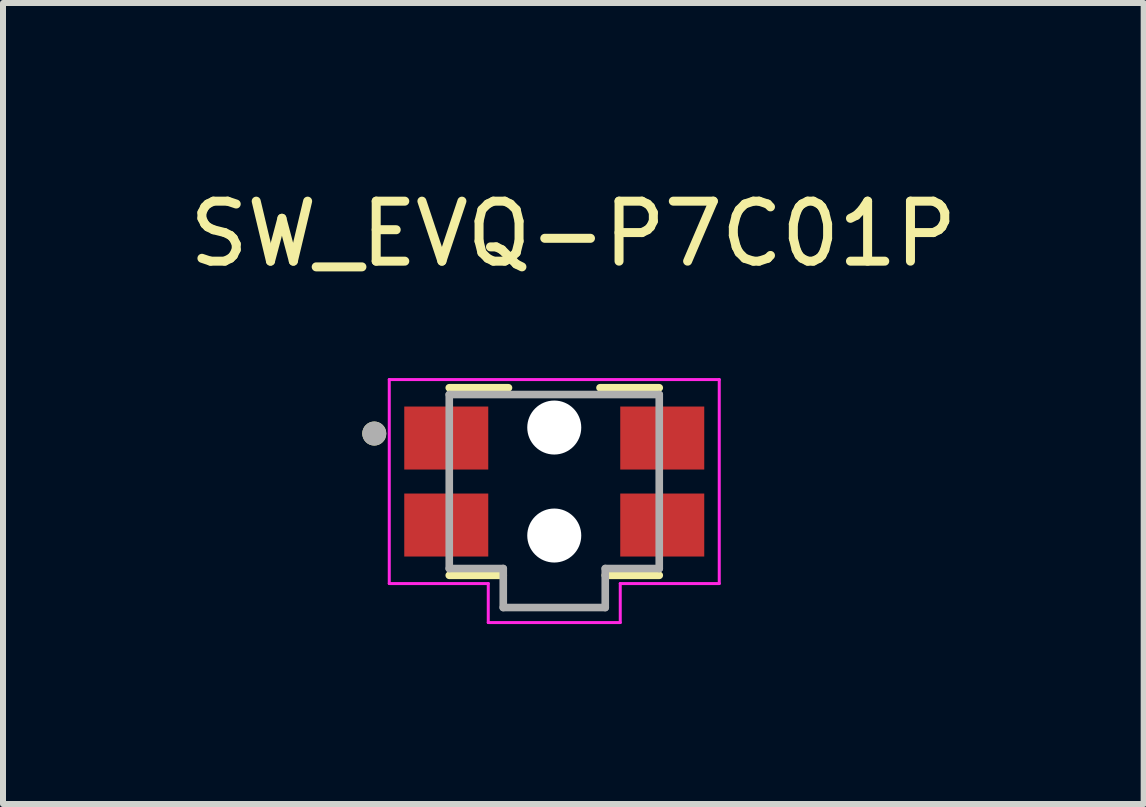
<source format=kicad_pcb>
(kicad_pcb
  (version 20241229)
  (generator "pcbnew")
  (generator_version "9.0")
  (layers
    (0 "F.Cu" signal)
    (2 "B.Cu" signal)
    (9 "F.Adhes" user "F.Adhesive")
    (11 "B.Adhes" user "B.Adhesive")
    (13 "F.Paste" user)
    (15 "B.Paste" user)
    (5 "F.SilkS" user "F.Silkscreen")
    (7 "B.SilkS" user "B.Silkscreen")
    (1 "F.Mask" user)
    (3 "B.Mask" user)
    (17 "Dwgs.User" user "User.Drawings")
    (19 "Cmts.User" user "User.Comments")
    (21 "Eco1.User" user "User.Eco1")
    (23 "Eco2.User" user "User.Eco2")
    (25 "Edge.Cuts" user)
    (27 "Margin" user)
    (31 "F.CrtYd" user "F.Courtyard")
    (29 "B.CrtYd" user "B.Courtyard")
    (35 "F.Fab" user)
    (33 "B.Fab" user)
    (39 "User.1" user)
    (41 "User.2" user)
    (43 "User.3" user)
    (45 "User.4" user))
  (footprint "SW_EVQ-P7C01P"
    (layer "F.Cu")
    (at 6.188 4.976)
    (property "Reference" "SW_EVQ-P7C01P" (at 0.318 -4.128 0) (layer "F.SilkS") (effects (font (size 1 1) (thickness 0.15))))
    (attr smd)
    (fp_line (start -1.75 -1.563) (end -0.763 -1.563) (stroke (width 0.127) (type solid)) (layer "F.SilkS"))
    (fp_line (start -0.85 1.563) (end -1.75 1.563) (stroke (width 0.127) (type solid)) (layer "F.SilkS"))
    (fp_line (start 1.75 -1.563) (end 0.763 -1.563) (stroke (width 0.127) (type solid)) (layer "F.SilkS"))
    (fp_line (start 1.75 1.563) (end 0.85 1.563) (stroke (width 0.127) (type solid)) (layer "F.SilkS"))
    (fp_circle (center -3 -0.8) (end -2.9 -0.8) (stroke (width 0.2) (type solid)) (fill no) (layer "F.SilkS"))
    (fp_line (start -2.75 -1.7) (end 2.75 -1.7) (stroke (width 0.05) (type solid)) (layer "F.CrtYd"))
    (fp_line (start -2.75 1.7) (end -2.75 -1.7) (stroke (width 0.05) (type solid)) (layer "F.CrtYd"))
    (fp_line (start -1.1 1.7) (end -2.75 1.7) (stroke (width 0.05) (type solid)) (layer "F.CrtYd"))
    (fp_line (start -1.1 2.35) (end -1.1 1.7) (stroke (width 0.05) (type solid)) (layer "F.CrtYd"))
    (fp_line (start 1.1 1.7) (end 1.1 2.35) (stroke (width 0.05) (type solid)) (layer "F.CrtYd"))
    (fp_line (start 1.1 2.35) (end -1.1 2.35) (stroke (width 0.05) (type solid)) (layer "F.CrtYd"))
    (fp_line (start 2.75 -1.7) (end 2.75 1.7) (stroke (width 0.05) (type solid)) (layer "F.CrtYd"))
    (fp_line (start 2.75 1.7) (end 1.1 1.7) (stroke (width 0.05) (type solid)) (layer "F.CrtYd"))
    (fp_line (start -1.75 -1.45) (end 1.75 -1.45) (stroke (width 0.127) (type solid)) (layer "F.Fab"))
    (fp_line (start -1.75 1.45) (end -1.75 -1.45) (stroke (width 0.127) (type solid)) (layer "F.Fab"))
    (fp_line (start -0.85 1.45) (end -1.75 1.45) (stroke (width 0.127) (type solid)) (layer "F.Fab"))
    (fp_line (start -0.85 2.1) (end -0.85 1.45) (stroke (width 0.127) (type solid)) (layer "F.Fab"))
    (fp_line (start 0.85 1.45) (end 0.85 2.1) (stroke (width 0.127) (type solid)) (layer "F.Fab"))
    (fp_line (start 0.85 2.1) (end -0.85 2.1) (stroke (width 0.127) (type solid)) (layer "F.Fab"))
    (fp_line (start 1.75 -1.45) (end 1.75 1.45) (stroke (width 0.127) (type solid)) (layer "F.Fab"))
    (fp_line (start 1.75 1.45) (end 0.85 1.45) (stroke (width 0.127) (type solid)) (layer "F.Fab"))
    (fp_circle (center -3 -0.8) (end -2.9 -0.8) (stroke (width 0.2) (type solid)) (fill no) (layer "F.Fab"))
    (pad "" np_thru_hole circle (at 0 -0.9) (size 0.9 0.9) (drill 0.9) (layers "*.Cu" "*.Mask"))
    (pad "" np_thru_hole circle (at 0 0.9) (size 0.9 0.9) (drill 0.9) (layers "*.Cu" "*.Mask"))
    (pad "1_1" smd rect (at -1.8 -0.725) (size 1.4 1.05) (layers "F.Cu" "F.Mask" "F.Paste"))
    (pad "1_2" smd rect (at 1.8 -0.725) (size 1.4 1.05) (layers "F.Cu" "F.Mask" "F.Paste"))
    (pad "2_1" smd rect (at -1.8 0.725) (size 1.4 1.05) (layers "F.Cu" "F.Mask" "F.Paste"))
    (pad "2_2" smd rect (at 1.8 0.725) (size 1.4 1.05) (layers "F.Cu" "F.Mask" "F.Paste")))
  (gr_rect
    (start -3 -3)
    (end 16.012 10.351)
    (stroke (width 0.1) (type default))
    (fill no)
    (layer "Edge.Cuts")))
</source>
